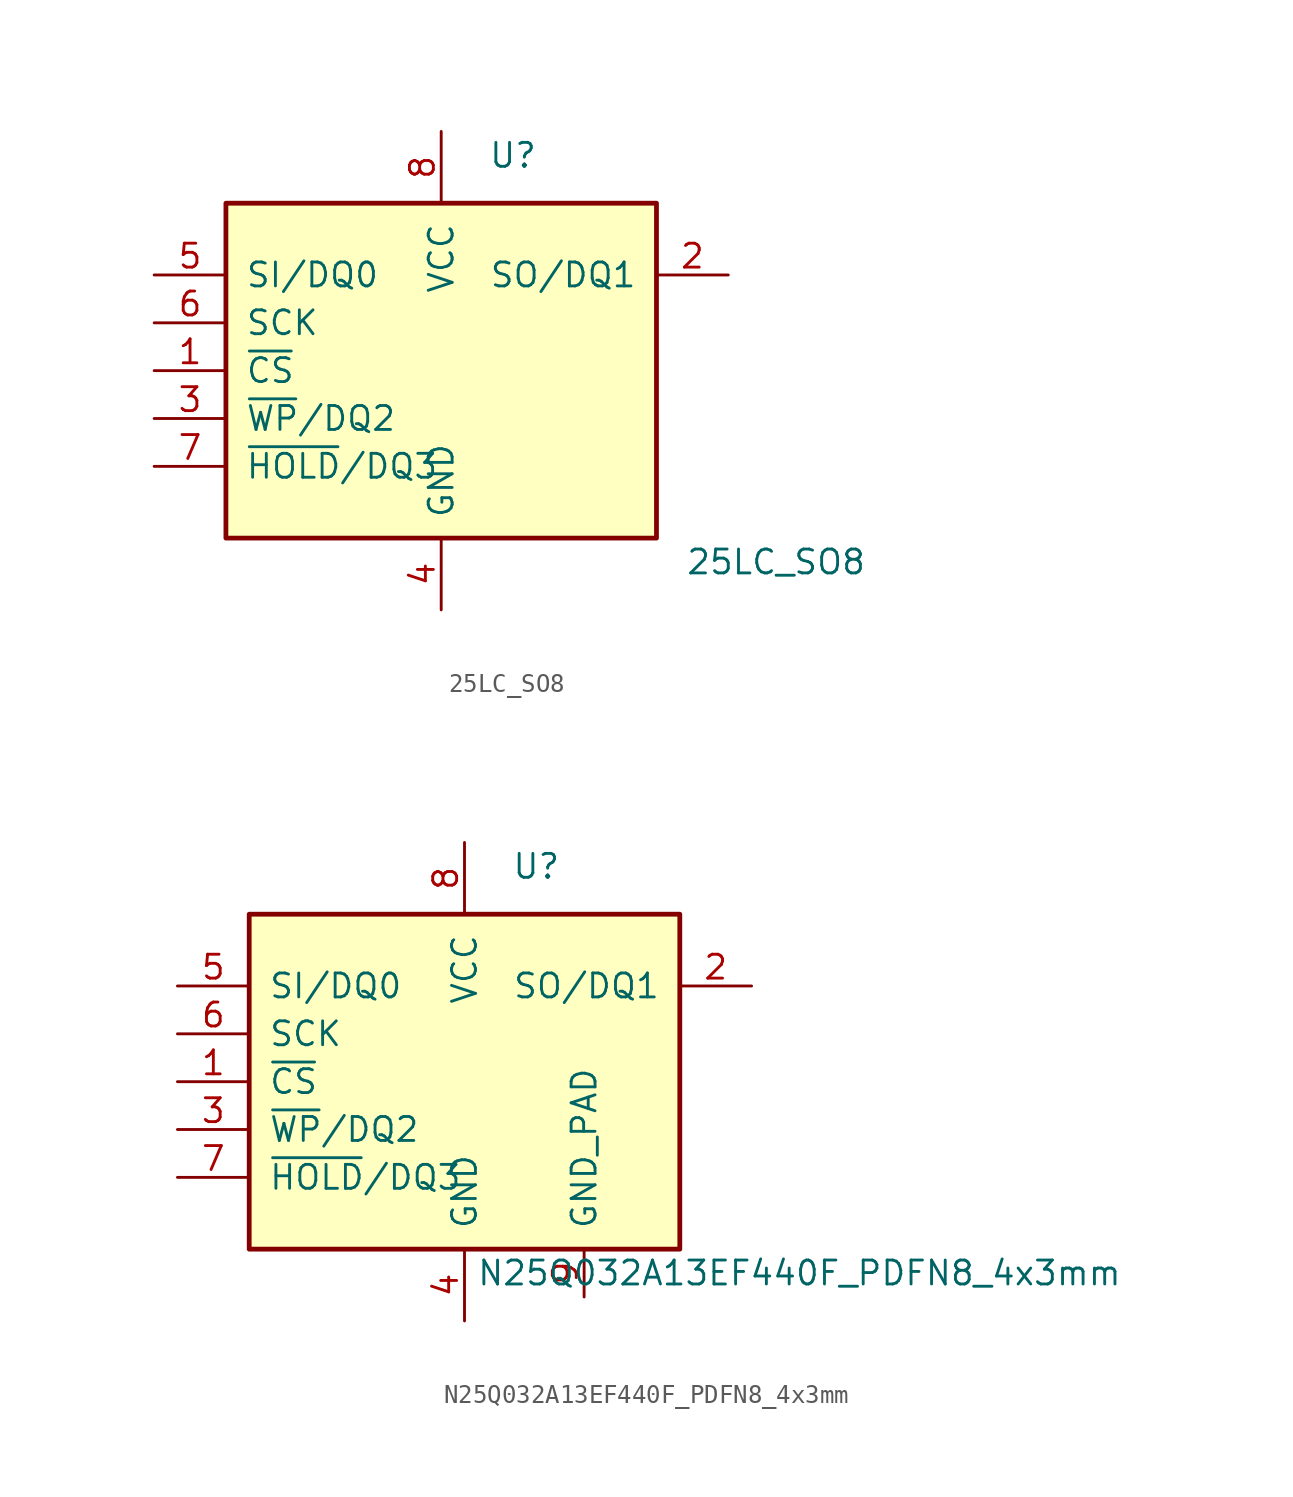
<source format=kicad_sym>
(kicad_symbol_lib
  (version 20220914)
  (generator kicad_symbol_editor)
  (symbol "25LC_SO8"
    (pin_names
      (offset 1.016))
    (property "Reference" "U"
      (at 3.81 11.43 0)
      (effects (font (size 1.27 1.27))))
    (property "Value" "25LC_SO8"
      (at 17.78 -10.16 0)
      (effects (font (size 1.27 1.27))))
    (symbol "25LC_SO8_1_1"
      (rectangle (start -11.43 8.89) (end 11.43 -8.89) (stroke (width 0.254) (type default)) (fill (type background)))
      (pin input line (at -15.24 0 0) (length 3.81) (name "~{CS}" (effects (font (size 1.27 1.27)))) (number "1" (effects (font (size 1.27 1.27)))))
      (pin bidirectional line (at 15.24 5.08 180) (length 3.81) (name "SO/DQ1" (effects (font (size 1.27 1.27)))) (number "2" (effects (font (size 1.27 1.27)))))
      (pin bidirectional line (at -15.24 -2.54 0) (length 3.81) (name "~{WP}/DQ2" (effects (font (size 1.27 1.27)))) (number "3" (effects (font (size 1.27 1.27)))))
      (pin power_in line (at 0 -12.7 90) (length 3.81) (name "GND" (effects (font (size 1.27 1.27)))) (number "4" (effects (font (size 1.27 1.27)))))
      (pin bidirectional line (at -15.24 5.08 0) (length 3.81) (name "SI/DQ0" (effects (font (size 1.27 1.27)))) (number "5" (effects (font (size 1.27 1.27)))))
      (pin input line (at -15.24 2.54 0) (length 3.81) (name "SCK" (effects (font (size 1.27 1.27)))) (number "6" (effects (font (size 1.27 1.27)))))
      (pin bidirectional line (at -15.24 -5.08 0) (length 3.81) (name "~{HOLD}/DQ3" (effects (font (size 1.27 1.27)))) (number "7" (effects (font (size 1.27 1.27)))))
      (pin power_in line (at 0 12.7 270) (length 3.81) (name "VCC" (effects (font (size 1.27 1.27)))) (number "8" (effects (font (size 1.27 1.27)))))))
  (symbol "N25Q032A13EF440F_PDFN8_4x3mm"
    (pin_names
      (offset 1.016))
    (property "Reference" "U"
      (at 3.81 11.43 0)
      (effects (font (size 1.27 1.27))))
    (property "Value" "N25Q032A13EF440F_PDFN8_4x3mm"
      (at 17.78 -10.16 0)
      (effects (font (size 1.27 1.27))))
    (symbol "N25Q032A13EF440F_PDFN8_4x3mm_1_1"
      (rectangle (start -11.43 8.89) (end 11.43 -8.89) (stroke (width 0.254) (type default)) (fill (type background)))
      (pin input line (at -15.24 0 0) (length 3.81) (name "~{CS}" (effects (font (size 1.27 1.27)))) (number "1" (effects (font (size 1.27 1.27)))))
      (pin bidirectional line (at 15.24 5.08 180) (length 3.81) (name "SO/DQ1" (effects (font (size 1.27 1.27)))) (number "2" (effects (font (size 1.27 1.27)))))
      (pin bidirectional line (at -15.24 -2.54 0) (length 3.81) (name "~{WP}/DQ2" (effects (font (size 1.27 1.27)))) (number "3" (effects (font (size 1.27 1.27)))))
      (pin power_in line (at 0 -12.7 90) (length 3.81) (name "GND" (effects (font (size 1.27 1.27)))) (number "4" (effects (font (size 1.27 1.27)))))
      (pin bidirectional line (at -15.24 5.08 0) (length 3.81) (name "SI/DQ0" (effects (font (size 1.27 1.27)))) (number "5" (effects (font (size 1.27 1.27)))))
      (pin input line (at -15.24 2.54 0) (length 3.81) (name "SCK" (effects (font (size 1.27 1.27)))) (number "6" (effects (font (size 1.27 1.27)))))
      (pin bidirectional line (at -15.24 -5.08 0) (length 3.81) (name "~{HOLD}/DQ3" (effects (font (size 1.27 1.27)))) (number "7" (effects (font (size 1.27 1.27)))))
      (pin power_in line (at 0 12.7 270) (length 3.81) (name "VCC" (effects (font (size 1.27 1.27)))) (number "8" (effects (font (size 1.27 1.27)))))
      (pin power_in line (at 6.35 -11.43 90) (length 2.54) (name "GND_PAD" (effects (font (size 1.27 1.27)))) (number "9" (effects (font (size 1.27 1.27))))))))
</source>
